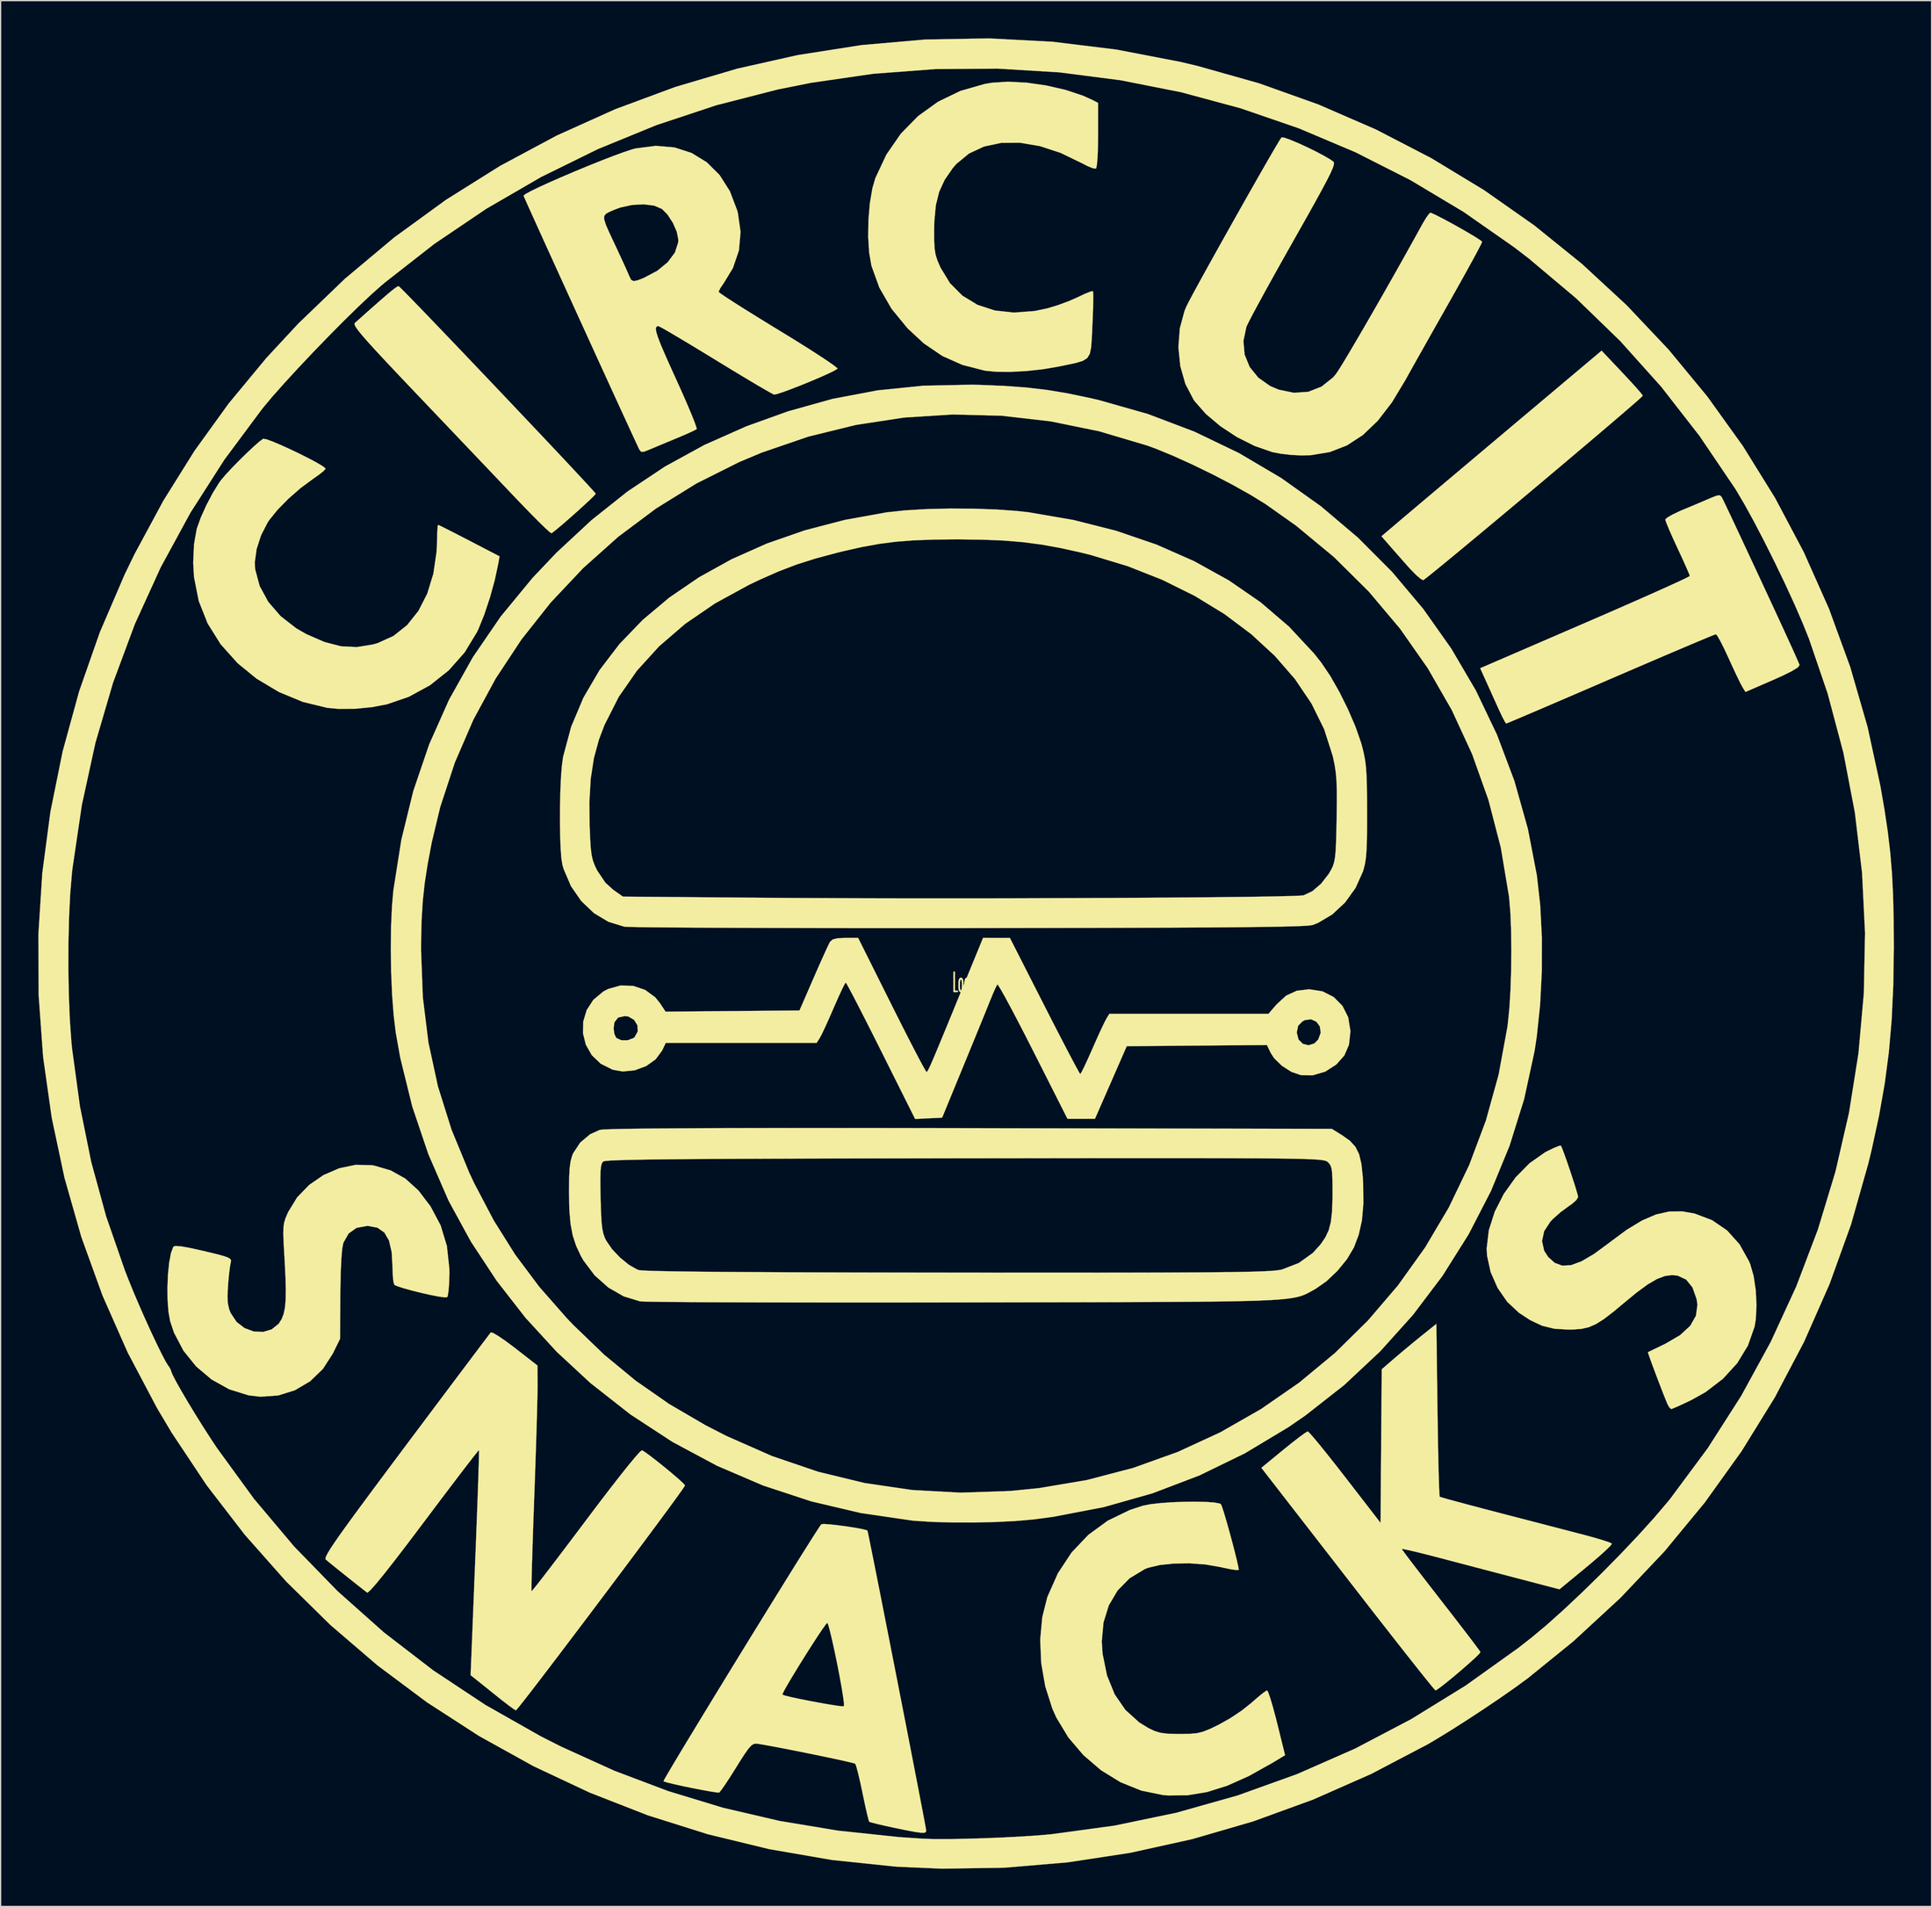
<source format=kicad_pcb>
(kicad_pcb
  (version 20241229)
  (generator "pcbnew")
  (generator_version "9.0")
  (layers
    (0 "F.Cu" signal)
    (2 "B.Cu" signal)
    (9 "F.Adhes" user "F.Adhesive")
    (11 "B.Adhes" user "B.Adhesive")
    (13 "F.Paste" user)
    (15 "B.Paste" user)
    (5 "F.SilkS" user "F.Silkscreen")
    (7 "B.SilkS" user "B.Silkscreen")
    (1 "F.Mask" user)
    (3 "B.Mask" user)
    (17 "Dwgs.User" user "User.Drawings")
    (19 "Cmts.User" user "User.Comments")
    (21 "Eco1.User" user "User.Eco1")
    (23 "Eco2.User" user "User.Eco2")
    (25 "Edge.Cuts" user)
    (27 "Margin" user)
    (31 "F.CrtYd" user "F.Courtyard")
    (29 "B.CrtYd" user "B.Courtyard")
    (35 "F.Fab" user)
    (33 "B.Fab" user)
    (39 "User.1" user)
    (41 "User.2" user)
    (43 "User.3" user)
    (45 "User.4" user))
  (footprint "Logo?!"
    (layer "F.Cu")
    (at 74.005 75.11)
    (property "Reference" "Logo?!" (at 0 0 0) (layer "F.SilkS") (effects (font (size 1.524 0.524) (thickness 0.3))))
    (attr through_hole)
    (fp_poly (pts (xy 51.993 -48.535) (xy 52.596 -47.889) (xy 53.1 -47.335) (xy 53.46 -46.922) (xy 53.629 -46.703) (xy 53.636 -46.685) (xy 53.506 -46.552) (xy 53.129 -46.214) (xy 52.535 -45.697) (xy 51.752 -45.023) (xy 50.807 -44.216) (xy 49.728 -43.299) (xy 48.543 -42.296) (xy 47.28 -41.229) (xy 45.967 -40.123) (xy 44.631 -39.001) (xy 43.301 -37.886) (xy 42.005 -36.802) (xy 40.77 -35.772) (xy 39.624 -34.819) (xy 38.595 -33.967) (xy 37.711 -33.24) (xy 37 -32.66) (xy 36.49 -32.251) (xy 36.209 -32.037) (xy 36.165 -32.011) (xy 35.96 -32.113) (xy 35.595 -32.427) (xy 35.137 -32.894) (xy 34.972 -33.077) (xy 34.422 -33.699) (xy 33.882 -34.312) (xy 33.458 -34.797) (xy 33.414 -34.847) (xy 32.843 -35.502) (xy 34.406 -36.829) (xy 34.849 -37.205) (xy 35.531 -37.781) (xy 36.42 -38.531) (xy 37.482 -39.427) (xy 38.684 -40.44) (xy 39.995 -41.544) (xy 41.38 -42.711) (xy 42.808 -43.913) (xy 43.162 -44.212) (xy 50.356 -50.266) (xy 51.993 -48.535)) (stroke (width 0.01) (type solid)) (fill yes) (layer "F.SilkS"))
    (fp_poly (pts (xy -45.334 -55.39) (xy -45.182 -55.252) (xy -44.814 -54.882) (xy -44.253 -54.308) (xy -43.525 -53.557) (xy -42.656 -52.653) (xy -41.671 -51.625) (xy -40.593 -50.498) (xy -39.45 -49.299) (xy -38.266 -48.054) (xy -37.065 -46.79) (xy -35.874 -45.533) (xy -34.716 -44.31) (xy -33.618 -43.148) (xy -32.605 -42.072) (xy -31.701 -41.109) (xy -30.932 -40.285) (xy -30.323 -39.628) (xy -29.898 -39.163) (xy -29.684 -38.917) (xy -29.663 -38.886) (xy -29.788 -38.733) (xy -30.123 -38.405) (xy -30.606 -37.956) (xy -31.176 -37.439) (xy -31.773 -36.91) (xy -32.334 -36.422) (xy -32.801 -36.031) (xy -33.11 -35.79) (xy -33.19 -35.742) (xy -33.347 -35.852) (xy -33.71 -36.184) (xy -34.243 -36.704) (xy -34.908 -37.376) (xy -35.671 -38.163) (xy -36.07 -38.581) (xy -36.825 -39.376) (xy -37.778 -40.379) (xy -38.883 -41.54) (xy -40.092 -42.81) (xy -41.357 -44.14) (xy -42.633 -45.48) (xy -43.872 -46.781) (xy -43.944 -46.856) (xy -45.225 -48.204) (xy -46.278 -49.32) (xy -47.12 -50.225) (xy -47.772 -50.942) (xy -48.252 -51.491) (xy -48.58 -51.896) (xy -48.774 -52.177) (xy -48.853 -52.357) (xy -48.837 -52.457) (xy -48.828 -52.466) (xy -47.774 -53.406) (xy -46.954 -54.13) (xy -46.338 -54.665) (xy -45.897 -55.034) (xy -45.603 -55.262) (xy -45.425 -55.373) (xy -45.336 -55.391) (xy -45.334 -55.39)) (stroke (width 0.01) (type solid)) (fill yes) (layer "F.SilkS"))
    (fp_poly (pts (xy 59.91 -38.622) (xy 60.028 -38.387) (xy 60.268 -37.886) (xy 60.606 -37.174) (xy 61.013 -36.309) (xy 61.441 -35.394) (xy 62.524 -33.073) (xy 63.458 -31.067) (xy 64.246 -29.368) (xy 64.89 -27.971) (xy 65.395 -26.869) (xy 65.763 -26.055) (xy 65.998 -25.522) (xy 66.101 -25.265) (xy 66.105 -25.25) (xy 65.969 -25.069) (xy 65.505 -24.782) (xy 64.722 -24.394) (xy 63.984 -24.064) (xy 61.804 -23.117) (xy 61.561 -23.504) (xy 61.394 -23.816) (xy 61.122 -24.373) (xy 60.785 -25.09) (xy 60.462 -25.8) (xy 60.115 -26.545) (xy 59.807 -27.155) (xy 59.574 -27.564) (xy 59.449 -27.709) (xy 59.26 -27.641) (xy 58.777 -27.444) (xy 58.031 -27.133) (xy 57.054 -26.72) (xy 55.876 -26.22) (xy 54.53 -25.645) (xy 53.047 -25.008) (xy 51.459 -24.324) (xy 51.071 -24.157) (xy 49.465 -23.463) (xy 47.959 -22.815) (xy 46.585 -22.225) (xy 45.374 -21.705) (xy 44.356 -21.271) (xy 43.564 -20.934) (xy 43.028 -20.709) (xy 42.779 -20.608) (xy 42.765 -20.604) (xy 42.658 -20.754) (xy 42.451 -21.149) (xy 42.186 -21.709) (xy 42.143 -21.803) (xy 41.79 -22.585) (xy 41.417 -23.413) (xy 41.15 -24.004) (xy 40.697 -25.005) (xy 49.035 -28.608) (xy 50.65 -29.308) (xy 52.162 -29.969) (xy 53.541 -30.576) (xy 54.755 -31.116) (xy 55.775 -31.575) (xy 56.568 -31.939) (xy 57.106 -32.195) (xy 57.357 -32.329) (xy 57.372 -32.343) (xy 57.3 -32.546) (xy 57.104 -33.004) (xy 56.813 -33.653) (xy 56.454 -34.429) (xy 56.395 -34.555) (xy 56.028 -35.352) (xy 55.724 -36.04) (xy 55.513 -36.551) (xy 55.422 -36.82) (xy 55.42 -36.834) (xy 55.575 -36.987) (xy 55.986 -37.225) (xy 56.58 -37.507) (xy 56.886 -37.638) (xy 57.65 -37.956) (xy 58.381 -38.264) (xy 58.95 -38.508) (xy 59.059 -38.557) (xy 59.521 -38.738) (xy 59.771 -38.757) (xy 59.91 -38.622)) (stroke (width 0.01) (type solid)) (fill yes) (layer "F.SilkS"))
    (fp_poly (pts (xy 18.868 41.31) (xy 19.54 41.359) (xy 19.97 41.439) (xy 20.072 41.493) (xy 20.162 41.704) (xy 20.317 42.183) (xy 20.516 42.857) (xy 20.739 43.648) (xy 20.965 44.482) (xy 21.174 45.283) (xy 21.345 45.976) (xy 21.458 46.484) (xy 21.492 46.719) (xy 21.333 46.737) (xy 20.909 46.679) (xy 20.299 46.557) (xy 20.027 46.495) (xy 18.857 46.291) (xy 17.598 46.198) (xy 16.349 46.213) (xy 15.209 46.332) (xy 14.276 46.554) (xy 14.01 46.658) (xy 12.812 47.385) (xy 11.856 48.353) (xy 11.157 49.534) (xy 10.732 50.896) (xy 10.594 52.408) (xy 10.658 53.394) (xy 11.011 55.122) (xy 11.618 56.613) (xy 12.474 57.86) (xy 13.575 58.854) (xy 14.299 59.299) (xy 14.788 59.533) (xy 15.248 59.675) (xy 15.796 59.746) (xy 16.551 59.769) (xy 16.799 59.77) (xy 17.583 59.76) (xy 18.159 59.71) (xy 18.659 59.588) (xy 19.217 59.362) (xy 19.907 59.028) (xy 20.828 58.511) (xy 21.754 57.891) (xy 22.497 57.296) (xy 23.018 56.841) (xy 23.445 56.496) (xy 23.708 56.318) (xy 23.745 56.306) (xy 23.84 56.469) (xy 23.997 56.918) (xy 24.198 57.593) (xy 24.424 58.433) (xy 24.538 58.883) (xy 25.176 61.46) (xy 24.178 62.064) (xy 22.298 63.116) (xy 20.573 63.888) (xy 18.958 64.394) (xy 17.407 64.649) (xy 15.874 64.664) (xy 15.453 64.629) (xy 13.738 64.278) (xy 12.082 63.609) (xy 10.533 62.656) (xy 9.135 61.457) (xy 7.934 60.048) (xy 6.978 58.463) (xy 6.659 57.75) (xy 6.099 55.992) (xy 5.776 54.136) (xy 5.696 52.269) (xy 5.86 50.478) (xy 6.265 48.876) (xy 7.103 46.987) (xy 8.193 45.336) (xy 9.521 43.936) (xy 11.07 42.804) (xy 12.825 41.953) (xy 13.867 41.613) (xy 14.447 41.498) (xy 15.227 41.408) (xy 16.132 41.342) (xy 17.09 41.303) (xy 18.027 41.292) (xy 18.868 41.31)) (stroke (width 0.01) (type solid)) (fill yes) (layer "F.SilkS"))
    (fp_poly (pts (xy 4.608 -71.586) (xy 6.172 -71.362) (xy 7.701 -71.012) (xy 9.081 -70.555) (xy 9.814 -70.225) (xy 10.302 -69.974) (xy 10.302 -67.414) (xy 10.291 -66.47) (xy 10.26 -65.675) (xy 10.212 -65.091) (xy 10.153 -64.78) (xy 10.132 -64.748) (xy 9.899 -64.773) (xy 9.465 -64.945) (xy 9.022 -65.173) (xy 7.326 -65.995) (xy 5.669 -66.538) (xy 4.08 -66.804) (xy 2.591 -66.793) (xy 1.231 -66.506) (xy 0.029 -65.946) (xy -0.983 -65.112) (xy -1.261 -64.788) (xy -1.902 -63.857) (xy -2.342 -62.902) (xy -2.607 -61.831) (xy -2.726 -60.551) (xy -2.74 -59.948) (xy -2.738 -59.055) (xy -2.707 -58.412) (xy -2.63 -57.916) (xy -2.49 -57.463) (xy -2.269 -56.947) (xy -2.237 -56.876) (xy -1.48 -55.631) (xy -0.492 -54.64) (xy 0.702 -53.914) (xy 2.077 -53.462) (xy 3.606 -53.295) (xy 5.263 -53.422) (xy 6.258 -53.63) (xy 7.111 -53.888) (xy 8.012 -54.222) (xy 8.703 -54.53) (xy 9.261 -54.794) (xy 9.685 -54.963) (xy 9.889 -55.002) (xy 9.892 -55) (xy 9.914 -54.801) (xy 9.917 -54.312) (xy 9.901 -53.599) (xy 9.868 -52.724) (xy 9.849 -52.31) (xy 9.802 -51.27) (xy 9.748 -50.523) (xy 9.641 -50.01) (xy 9.432 -49.672) (xy 9.073 -49.45) (xy 8.517 -49.284) (xy 7.717 -49.115) (xy 7.194 -49.007) (xy 5.958 -48.795) (xy 4.645 -48.649) (xy 3.359 -48.577) (xy 2.206 -48.584) (xy 1.29 -48.675) (xy 1.287 -48.676) (xy -0.496 -49.133) (xy -2.094 -49.845) (xy -3.567 -50.846) (xy -4.857 -52.043) (xy -6.135 -53.605) (xy -7.1 -55.277) (xy -7.729 -57.017) (xy -7.911 -58.062) (xy -7.989 -59.314) (xy -7.969 -60.658) (xy -7.857 -61.982) (xy -7.657 -63.169) (xy -7.422 -63.987) (xy -6.539 -65.865) (xy -5.397 -67.518) (xy -4.018 -68.926) (xy -2.427 -70.07) (xy -0.649 -70.929) (xy 1.293 -71.484) (xy 1.824 -71.576) (xy 3.121 -71.663) (xy 4.608 -71.586)) (stroke (width 0.01) (type solid)) (fill yes) (layer "F.SilkS"))
    (fp_poly (pts (xy -55.859 -43.215) (xy -55.376 -43.041) (xy -54.727 -42.767) (xy -53.979 -42.428) (xy -53.202 -42.056) (xy -52.463 -41.684) (xy -51.831 -41.345) (xy -51.374 -41.072) (xy -51.162 -40.898) (xy -51.155 -40.877) (xy -51.293 -40.71) (xy -51.653 -40.417) (xy -52.16 -40.059) (xy -52.177 -40.048) (xy -53.151 -39.328) (xy -54.115 -38.484) (xy -54.975 -37.607) (xy -55.638 -36.787) (xy -55.756 -36.61) (xy -56.286 -35.582) (xy -56.64 -34.485) (xy -56.785 -33.439) (xy -56.759 -32.887) (xy -56.397 -31.54) (xy -55.712 -30.282) (xy -54.733 -29.15) (xy -53.49 -28.18) (xy -52.682 -27.718) (xy -51.241 -27.09) (xy -49.924 -26.749) (xy -48.661 -26.688) (xy -47.38 -26.897) (xy -47.01 -27.003) (xy -45.756 -27.57) (xy -44.671 -28.432) (xy -43.77 -29.561) (xy -43.068 -30.933) (xy -42.58 -32.521) (xy -42.32 -34.299) (xy -42.28 -35.302) (xy -42.268 -35.878) (xy -42.24 -36.279) (xy -42.208 -36.413) (xy -42.036 -36.335) (xy -41.605 -36.121) (xy -40.971 -35.799) (xy -40.189 -35.397) (xy -39.728 -35.159) (xy -37.314 -33.905) (xy -37.413 -33.338) (xy -37.694 -32.022) (xy -38.079 -30.625) (xy -38.526 -29.281) (xy -38.993 -28.125) (xy -39.105 -27.887) (xy -40.093 -26.26) (xy -41.353 -24.838) (xy -42.845 -23.652) (xy -44.533 -22.732) (xy -46.271 -22.136) (xy -47.48 -21.906) (xy -48.805 -21.78) (xy -50.087 -21.768) (xy -51.021 -21.852) (xy -52.969 -22.327) (xy -54.872 -23.116) (xy -56.653 -24.181) (xy -58.148 -25.401) (xy -59.505 -26.916) (xy -60.54 -28.574) (xy -61.247 -30.361) (xy -61.622 -32.264) (xy -61.685 -33.393) (xy -61.621 -34.855) (xy -61.414 -36.042) (xy -61.385 -36.146) (xy -61.079 -36.996) (xy -60.639 -37.972) (xy -60.133 -38.936) (xy -59.633 -39.745) (xy -59.477 -39.961) (xy -59.123 -40.38) (xy -58.626 -40.916) (xy -58.047 -41.509) (xy -57.447 -42.099) (xy -56.889 -42.624) (xy -56.435 -43.024) (xy -56.145 -43.24) (xy -56.106 -43.258) (xy -55.859 -43.215)) (stroke (width 0.01) (type solid)) (fill yes) (layer "F.SilkS"))
    (fp_poly (pts (xy 47.219 13.192) (xy 47.398 13.668) (xy 47.626 14.312) (xy 47.873 15.039) (xy 48.112 15.764) (xy 48.313 16.401) (xy 48.449 16.866) (xy 48.491 17.063) (xy 48.351 17.296) (xy 47.993 17.614) (xy 47.705 17.814) (xy 47.09 18.266) (xy 46.476 18.814) (xy 46.284 19.014) (xy 45.784 19.778) (xy 45.618 20.566) (xy 45.787 21.333) (xy 46.104 21.828) (xy 46.631 22.299) (xy 47.231 22.518) (xy 47.93 22.478) (xy 48.757 22.173) (xy 49.74 21.597) (xy 50.905 20.742) (xy 50.978 20.684) (xy 52.351 19.667) (xy 53.571 18.927) (xy 54.686 18.447) (xy 55.743 18.211) (xy 56.791 18.203) (xy 57.755 18.374) (xy 59.148 18.902) (xy 60.344 19.721) (xy 61.33 20.82) (xy 62.092 22.187) (xy 62.18 22.399) (xy 62.449 23.336) (xy 62.62 24.475) (xy 62.681 25.674) (xy 62.623 26.791) (xy 62.525 27.375) (xy 61.996 28.878) (xy 61.15 30.269) (xy 60.014 31.515) (xy 58.618 32.583) (xy 57.49 33.211) (xy 56.83 33.525) (xy 56.294 33.768) (xy 55.958 33.907) (xy 55.89 33.926) (xy 55.734 33.783) (xy 55.594 33.526) (xy 55.404 33.064) (xy 55.157 32.437) (xy 54.881 31.721) (xy 54.605 30.99) (xy 54.356 30.321) (xy 54.164 29.786) (xy 54.056 29.463) (xy 54.043 29.401) (xy 54.211 29.319) (xy 54.623 29.12) (xy 55.201 28.839) (xy 55.45 28.719) (xy 56.601 28.045) (xy 57.405 27.306) (xy 57.863 26.499) (xy 57.979 25.621) (xy 57.916 25.183) (xy 57.586 24.251) (xy 57.084 23.629) (xy 56.408 23.313) (xy 55.968 23.269) (xy 55.393 23.342) (xy 54.761 23.581) (xy 54.027 24.01) (xy 53.144 24.657) (xy 52.221 25.416) (xy 51.281 26.199) (xy 50.533 26.772) (xy 49.909 27.165) (xy 49.343 27.413) (xy 48.766 27.547) (xy 48.113 27.599) (xy 47.692 27.605) (xy 46.585 27.536) (xy 45.621 27.299) (xy 44.677 26.854) (xy 43.782 26.268) (xy 42.846 25.395) (xy 42.079 24.284) (xy 41.529 23.029) (xy 41.243 21.725) (xy 41.213 21.149) (xy 41.384 19.702) (xy 41.854 18.231) (xy 42.579 16.806) (xy 43.515 15.498) (xy 44.618 14.376) (xy 45.845 13.511) (xy 46.038 13.407) (xy 46.567 13.152) (xy 46.957 12.995) (xy 47.117 12.971) (xy 47.219 13.192)) (stroke (width 0.01) (type solid)) (fill yes) (layer "F.SilkS"))
    (fp_poly (pts (xy 37.301 33.987) (xy 37.323 35.51) (xy 37.347 36.919) (xy 37.373 38.174) (xy 37.4 39.238) (xy 37.427 40.071) (xy 37.452 40.634) (xy 37.474 40.889) (xy 37.478 40.9) (xy 37.667 40.963) (xy 38.154 41.102) (xy 38.895 41.304) (xy 39.842 41.558) (xy 40.951 41.852) (xy 42.176 42.171) (xy 42.185 42.174) (xy 43.556 42.53) (xy 44.944 42.89) (xy 46.272 43.235) (xy 47.463 43.544) (xy 48.441 43.799) (xy 48.958 43.933) (xy 49.782 44.157) (xy 50.472 44.362) (xy 50.959 44.526) (xy 51.175 44.629) (xy 51.179 44.635) (xy 51.071 44.79) (xy 50.733 45.125) (xy 50.208 45.6) (xy 49.542 46.172) (xy 49.124 46.52) (xy 47.005 48.265) (xy 43.707 47.402) (xy 42.388 47.057) (xy 40.917 46.671) (xy 39.434 46.281) (xy 38.077 45.925) (xy 37.434 45.755) (xy 36.467 45.505) (xy 35.631 45.298) (xy 34.982 45.146) (xy 34.574 45.062) (xy 34.459 45.055) (xy 34.564 45.211) (xy 34.86 45.611) (xy 35.321 46.218) (xy 35.918 46.997) (xy 36.624 47.911) (xy 37.411 48.925) (xy 37.568 49.126) (xy 38.371 50.159) (xy 39.099 51.102) (xy 39.726 51.919) (xy 40.223 52.574) (xy 40.562 53.029) (xy 40.715 53.248) (xy 40.721 53.259) (xy 40.608 53.412) (xy 40.279 53.733) (xy 39.796 54.171) (xy 39.221 54.673) (xy 38.616 55.185) (xy 38.043 55.656) (xy 37.563 56.032) (xy 37.239 56.261) (xy 37.142 56.306) (xy 37.014 56.17) (xy 36.689 55.779) (xy 36.189 55.158) (xy 35.534 54.335) (xy 34.744 53.335) (xy 33.84 52.184) (xy 32.842 50.909) (xy 31.773 49.535) (xy 31.346 48.986) (xy 30.208 47.519) (xy 29.1 46.09) (xy 28.046 44.732) (xy 27.075 43.48) (xy 26.211 42.366) (xy 25.481 41.426) (xy 24.912 40.692) (xy 24.529 40.198) (xy 24.478 40.132) (xy 23.289 38.6) (xy 25.053 37.151) (xy 25.729 36.606) (xy 26.312 36.155) (xy 26.744 35.84) (xy 26.97 35.704) (xy 26.982 35.702) (xy 27.131 35.837) (xy 27.464 36.217) (xy 27.953 36.805) (xy 28.565 37.564) (xy 29.271 38.456) (xy 29.959 39.34) (xy 32.771 42.978) (xy 32.818 36.869) (xy 32.865 30.76) (xy 33.884 29.88) (xy 34.557 29.309) (xy 35.339 28.659) (xy 36.057 28.075) (xy 37.212 27.151) (xy 37.301 33.987)) (stroke (width 0.01) (type solid)) (fill yes) (layer "F.SilkS"))
    (fp_poly (pts (xy -47.442 14.531) (xy -47.289 14.557) (xy -45.969 14.945) (xy -44.811 15.593) (xy -43.772 16.533) (xy -42.81 17.793) (xy -42.002 19.313) (xy -41.505 20.947) (xy -41.309 22.74) (xy -41.304 23.133) (xy -41.324 23.892) (xy -41.371 24.519) (xy -41.437 24.928) (xy -41.482 25.031) (xy -41.696 25.042) (xy -42.168 24.975) (xy -42.814 24.849) (xy -43.549 24.684) (xy -44.291 24.499) (xy -44.954 24.315) (xy -45.456 24.15) (xy -45.677 24.051) (xy -45.75 23.84) (xy -45.804 23.371) (xy -45.827 22.743) (xy -45.828 22.681) (xy -45.896 21.448) (xy -46.108 20.524) (xy -46.479 19.883) (xy -47.022 19.504) (xy -47.752 19.363) (xy -47.869 19.361) (xy -48.692 19.512) (xy -49.318 19.958) (xy -49.731 20.685) (xy -49.746 20.727) (xy -49.831 21.18) (xy -49.898 21.954) (xy -49.948 23.015) (xy -49.976 24.329) (xy -49.98 24.857) (xy -50.001 28.337) (xy -50.584 29.524) (xy -51.373 30.744) (xy -52.391 31.721) (xy -53.592 32.429) (xy -54.927 32.846) (xy -56.348 32.946) (xy -57.281 32.834) (xy -58.814 32.358) (xy -60.219 31.578) (xy -61.45 30.537) (xy -62.465 29.277) (xy -63.218 27.839) (xy -63.519 26.936) (xy -63.653 26.19) (xy -63.724 25.261) (xy -63.735 24.241) (xy -63.692 23.217) (xy -63.597 22.278) (xy -63.453 21.514) (xy -63.266 21.013) (xy -63.265 21.01) (xy -63.078 20.951) (xy -62.632 20.985) (xy -61.899 21.118) (xy -60.863 21.349) (xy -59.939 21.571) (xy -59.309 21.737) (xy -58.923 21.87) (xy -58.728 21.991) (xy -58.672 22.122) (xy -58.698 22.267) (xy -58.763 22.618) (xy -58.836 23.211) (xy -58.902 23.932) (xy -58.916 24.116) (xy -58.956 24.937) (xy -58.928 25.523) (xy -58.822 25.991) (xy -58.701 26.295) (xy -58.232 26.997) (xy -57.599 27.486) (xy -56.875 27.753) (xy -56.133 27.79) (xy -55.446 27.589) (xy -54.885 27.142) (xy -54.645 26.762) (xy -54.493 26.365) (xy -54.39 25.884) (xy -54.332 25.266) (xy -54.318 24.461) (xy -54.346 23.417) (xy -54.413 22.082) (xy -54.432 21.743) (xy -54.489 20.75) (xy -54.517 20.034) (xy -54.509 19.519) (xy -54.458 19.128) (xy -54.358 18.785) (xy -54.202 18.411) (xy -54.126 18.244) (xy -53.418 17.087) (xy -52.462 16.099) (xy -51.322 15.314) (xy -50.063 14.769) (xy -48.748 14.496) (xy -47.442 14.531)) (stroke (width 0.01) (type solid)) (fill yes) (layer "F.SilkS"))
    (fp_poly (pts (xy 25.095 -67.212) (xy 25.538 -67.061) (xy 26.146 -66.809) (xy 26.847 -66.491) (xy 27.567 -66.14) (xy 28.232 -65.79) (xy 28.769 -65.477) (xy 29.014 -65.309) (xy 29.065 -65.223) (xy 29.056 -65.062) (xy 28.973 -64.799) (xy 28.801 -64.406) (xy 28.526 -63.854) (xy 28.135 -63.117) (xy 27.613 -62.164) (xy 26.946 -60.97) (xy 26.119 -59.505) (xy 25.817 -58.971) (xy 25.042 -57.596) (xy 24.315 -56.295) (xy 23.655 -55.103) (xy 23.085 -54.06) (xy 22.624 -53.203) (xy 22.294 -52.57) (xy 22.114 -52.199) (xy 22.096 -52.154) (xy 21.862 -51.031) (xy 21.958 -49.952) (xy 22.361 -48.965) (xy 23.047 -48.116) (xy 23.991 -47.452) (xy 24.667 -47.164) (xy 25.88 -46.914) (xy 27.029 -46.997) (xy 28.074 -47.405) (xy 28.979 -48.125) (xy 29.196 -48.374) (xy 29.411 -48.687) (xy 29.776 -49.273) (xy 30.269 -50.092) (xy 30.868 -51.108) (xy 31.552 -52.281) (xy 32.298 -53.574) (xy 33.083 -54.947) (xy 33.887 -56.364) (xy 34.686 -57.786) (xy 35.46 -59.174) (xy 36.111 -60.356) (xy 36.402 -60.844) (xy 36.639 -61.164) (xy 36.756 -61.244) (xy 37.197 -61.04) (xy 37.797 -60.733) (xy 38.486 -60.361) (xy 39.196 -59.965) (xy 39.856 -59.583) (xy 40.398 -59.255) (xy 40.752 -59.02) (xy 40.853 -58.924) (xy 40.769 -58.73) (xy 40.529 -58.267) (xy 40.155 -57.571) (xy 39.667 -56.683) (xy 39.088 -55.64) (xy 38.437 -54.481) (xy 38.074 -53.839) (xy 37.365 -52.586) (xy 36.688 -51.388) (xy 36.07 -50.292) (xy 35.537 -49.344) (xy 35.116 -48.592) (xy 34.833 -48.083) (xy 34.765 -47.958) (xy 33.679 -46.155) (xy 32.552 -44.692) (xy 31.365 -43.555) (xy 30.097 -42.729) (xy 28.729 -42.2) (xy 27.241 -41.953) (xy 26.491 -41.931) (xy 25.658 -41.973) (xy 24.806 -42.072) (xy 24.157 -42.198) (xy 22.752 -42.686) (xy 21.345 -43.393) (xy 20.023 -44.263) (xy 18.871 -45.235) (xy 17.978 -46.253) (xy 17.899 -46.366) (xy 17.245 -47.617) (xy 16.84 -49.04) (xy 16.69 -50.544) (xy 16.802 -52.042) (xy 17.182 -53.445) (xy 17.344 -53.823) (xy 17.539 -54.207) (xy 17.876 -54.837) (xy 18.331 -55.672) (xy 18.882 -56.674) (xy 19.508 -57.801) (xy 20.185 -59.015) (xy 20.892 -60.274) (xy 21.604 -61.541) (xy 22.301 -62.773) (xy 22.96 -63.932) (xy 23.558 -64.978) (xy 24.073 -65.871) (xy 24.482 -66.57) (xy 24.763 -67.037) (xy 24.891 -67.228) (xy 25.095 -67.212)) (stroke (width 0.01) (type solid)) (fill yes) (layer "F.SilkS"))
    (fp_poly (pts (xy -37.826 27.874) (xy -37.425 28.107) (xy -36.861 28.492) (xy -36.191 28.99) (xy -36.087 29.07) (xy -34.299 30.462) (xy -34.29 32.004) (xy -34.295 32.52) (xy -34.312 33.344) (xy -34.34 34.428) (xy -34.378 35.723) (xy -34.424 37.182) (xy -34.477 38.758) (xy -34.535 40.402) (xy -34.555 40.951) (xy -34.613 42.537) (xy -34.663 44.008) (xy -34.705 45.33) (xy -34.739 46.464) (xy -34.762 47.373) (xy -34.774 48.019) (xy -34.774 48.367) (xy -34.77 48.417) (xy -34.654 48.293) (xy -34.349 47.914) (xy -33.877 47.309) (xy -33.262 46.509) (xy -32.526 45.544) (xy -31.692 44.442) (xy -30.782 43.234) (xy -30.455 42.798) (xy -29.43 41.438) (xy -28.503 40.227) (xy -27.692 39.187) (xy -27.017 38.342) (xy -26.494 37.714) (xy -26.144 37.326) (xy -25.984 37.202) (xy -25.982 37.202) (xy -25.734 37.354) (xy -25.303 37.67) (xy -24.754 38.095) (xy -24.155 38.577) (xy -23.569 39.062) (xy -23.065 39.496) (xy -22.706 39.825) (xy -22.559 39.995) (xy -22.558 40) (xy -22.662 40.169) (xy -22.957 40.591) (xy -23.423 41.236) (xy -24.037 42.074) (xy -24.777 43.076) (xy -25.621 44.212) (xy -26.546 45.454) (xy -27.531 46.772) (xy -28.554 48.136) (xy -29.593 49.518) (xy -30.625 50.887) (xy -31.629 52.215) (xy -32.581 53.472) (xy -33.461 54.629) (xy -34.247 55.656) (xy -34.915 56.524) (xy -35.444 57.204) (xy -35.813 57.666) (xy -35.998 57.881) (xy -36.014 57.893) (xy -36.201 57.783) (xy -36.595 57.497) (xy -37.13 57.085) (xy -37.478 56.808) (xy -38.107 56.302) (xy -38.673 55.848) (xy -39.091 55.513) (xy -39.214 55.415) (xy -39.617 55.095) (xy -39.258 46.169) (xy -39.188 44.424) (xy -39.126 42.791) (xy -39.07 41.301) (xy -39.024 39.99) (xy -38.987 38.891) (xy -38.962 38.037) (xy -38.949 37.463) (xy -38.949 37.202) (xy -38.951 37.19) (xy -39.065 37.316) (xy -39.369 37.697) (xy -39.84 38.303) (xy -40.455 39.106) (xy -41.192 40.075) (xy -42.029 41.181) (xy -42.941 42.394) (xy -43.326 42.906) (xy -44.573 44.56) (xy -45.62 45.928) (xy -46.469 47.009) (xy -47.116 47.802) (xy -47.563 48.306) (xy -47.807 48.521) (xy -47.848 48.525) (xy -48.167 48.28) (xy -48.659 47.892) (xy -49.25 47.423) (xy -49.867 46.931) (xy -50.435 46.474) (xy -50.88 46.113) (xy -51.128 45.906) (xy -51.14 45.896) (xy -51.165 45.812) (xy -51.12 45.652) (xy -50.99 45.394) (xy -50.762 45.018) (xy -50.42 44.506) (xy -49.953 43.836) (xy -49.344 42.989) (xy -48.581 41.946) (xy -47.65 40.685) (xy -46.536 39.188) (xy -45.226 37.434) (xy -44.767 36.821) (xy -43.597 35.259) (xy -42.488 33.78) (xy -41.46 32.409) (xy -40.53 31.171) (xy -39.718 30.09) (xy -39.042 29.191) (xy -38.52 28.499) (xy -38.171 28.038) (xy -38.014 27.834) (xy -38.009 27.827) (xy -37.826 27.874)) (stroke (width 0.01) (type solid)) (fill yes) (layer "F.SilkS"))
    (fp_poly (pts (xy -11.044 43.099) (xy -10.416 43.167) (xy -9.716 43.26) (xy -9.037 43.366) (xy -8.471 43.47) (xy -8.112 43.562) (xy -8.05 43.59) (xy -8.009 43.764) (xy -7.907 44.252) (xy -7.752 45.02) (xy -7.549 46.033) (xy -7.305 47.257) (xy -7.027 48.657) (xy -6.723 50.199) (xy -6.398 51.848) (xy -6.06 53.57) (xy -5.714 55.33) (xy -5.369 57.094) (xy -5.03 58.827) (xy -4.705 60.495) (xy -4.401 62.063) (xy -4.123 63.497) (xy -3.879 64.762) (xy -3.675 65.824) (xy -3.519 66.648) (xy -3.417 67.2) (xy -3.375 67.445) (xy -3.375 67.452) (xy -3.403 67.57) (xy -3.523 67.631) (xy -3.785 67.632) (xy -4.241 67.569) (xy -4.942 67.437) (xy -5.911 67.237) (xy -6.691 67.068) (xy -7.333 66.918) (xy -7.764 66.805) (xy -7.908 66.753) (xy -7.972 66.557) (xy -8.09 66.081) (xy -8.244 65.395) (xy -8.419 64.568) (xy -8.439 64.469) (xy -8.618 63.625) (xy -8.786 62.909) (xy -8.923 62.393) (xy -9.012 62.148) (xy -9.017 62.142) (xy -9.213 62.079) (xy -9.698 61.963) (xy -10.41 61.805) (xy -11.289 61.617) (xy -12.275 61.413) (xy -13.306 61.204) (xy -14.323 61.002) (xy -15.264 60.821) (xy -16.07 60.672) (xy -16.678 60.567) (xy -16.859 60.54) (xy -17.058 60.549) (xy -17.262 60.665) (xy -17.509 60.933) (xy -17.841 61.401) (xy -18.296 62.114) (xy -18.492 62.431) (xy -18.955 63.167) (xy -19.36 63.784) (xy -19.667 64.223) (xy -19.835 64.425) (xy -19.846 64.432) (xy -20.075 64.418) (xy -20.565 64.343) (xy -21.23 64.223) (xy -21.987 64.075) (xy -22.751 63.917) (xy -23.439 63.764) (xy -23.967 63.635) (xy -24.249 63.547) (xy -24.272 63.533) (xy -24.195 63.374) (xy -23.948 62.943) (xy -23.552 62.27) (xy -23.023 61.387) (xy -22.381 60.322) (xy -21.643 59.106) (xy -20.83 57.769) (xy -20.142 56.642) (xy -14.813 56.642) (xy -14.609 56.717) (xy -14.138 56.834) (xy -13.477 56.977) (xy -12.704 57.131) (xy -11.899 57.283) (xy -11.14 57.416) (xy -10.503 57.517) (xy -10.069 57.57) (xy -9.917 57.567) (xy -9.913 57.368) (xy -9.973 56.877) (xy -10.088 56.151) (xy -10.25 55.246) (xy -10.449 54.218) (xy -10.45 54.215) (xy -10.662 53.191) (xy -10.859 52.296) (xy -11.03 51.583) (xy -11.159 51.11) (xy -11.235 50.93) (xy -11.235 50.929) (xy -11.361 51.06) (xy -11.634 51.439) (xy -12.017 52.009) (xy -12.474 52.714) (xy -12.972 53.496) (xy -13.472 54.298) (xy -13.941 55.065) (xy -14.342 55.738) (xy -14.64 56.261) (xy -14.799 56.576) (xy -14.813 56.642) (xy -20.142 56.642) (xy -19.958 56.341) (xy -19.047 54.852) (xy -18.115 53.333) (xy -17.18 51.813) (xy -16.261 50.323) (xy -15.377 48.892) (xy -14.546 47.552) (xy -13.787 46.331) (xy -13.117 45.261) (xy -12.556 44.371) (xy -12.122 43.691) (xy -11.834 43.252) (xy -11.715 43.089) (xy -11.508 43.069) (xy -11.044 43.099)) (stroke (width 0.01) (type solid)) (fill yes) (layer "F.SilkS"))
    (fp_poly (pts (xy -23.4 -66.433) (xy -22.039 -65.993) (xy -20.833 -65.255) (xy -19.808 -64.236) (xy -18.991 -62.951) (xy -18.407 -61.418) (xy -18.358 -61.235) (xy -18.14 -59.713) (xy -18.271 -58.241) (xy -18.749 -56.838) (xy -19.47 -55.652) (xy -19.738 -55.258) (xy -19.879 -54.981) (xy -19.886 -54.942) (xy -19.737 -54.817) (xy -19.321 -54.533) (xy -18.673 -54.112) (xy -17.83 -53.578) (xy -16.827 -52.954) (xy -15.703 -52.262) (xy -15.081 -51.883) (xy -13.914 -51.168) (xy -12.859 -50.508) (xy -11.95 -49.926) (xy -11.222 -49.444) (xy -10.711 -49.087) (xy -10.45 -48.876) (xy -10.427 -48.832) (xy -10.681 -48.674) (xy -11.184 -48.43) (xy -11.86 -48.128) (xy -12.638 -47.798) (xy -13.444 -47.471) (xy -14.205 -47.176) (xy -14.848 -46.943) (xy -15.299 -46.801) (xy -15.476 -46.774) (xy -15.697 -46.883) (xy -16.179 -47.155) (xy -16.881 -47.565) (xy -17.762 -48.09) (xy -18.782 -48.705) (xy -19.899 -49.386) (xy -20.141 -49.534) (xy -21.266 -50.221) (xy -22.295 -50.843) (xy -23.189 -51.377) (xy -23.908 -51.8) (xy -24.413 -52.087) (xy -24.664 -52.216) (xy -24.682 -52.221) (xy -24.824 -52.182) (xy -24.883 -52.042) (xy -24.85 -51.767) (xy -24.713 -51.323) (xy -24.461 -50.677) (xy -24.081 -49.794) (xy -23.564 -48.641) (xy -23.279 -48.016) (xy -22.789 -46.93) (xy -22.362 -45.952) (xy -22.015 -45.127) (xy -21.769 -44.501) (xy -21.642 -44.121) (xy -21.633 -44.025) (xy -21.844 -43.909) (xy -22.303 -43.697) (xy -22.929 -43.425) (xy -23.269 -43.283) (xy -24.028 -42.968) (xy -24.742 -42.67) (xy -25.289 -42.441) (xy -25.42 -42.385) (xy -25.84 -42.223) (xy -26.059 -42.226) (xy -26.2 -42.411) (xy -26.245 -42.504) (xy -26.492 -43.034) (xy -26.852 -43.812) (xy -27.308 -44.805) (xy -27.847 -45.978) (xy -28.452 -47.298) (xy -29.108 -48.733) (xy -29.8 -50.247) (xy -30.512 -51.808) (xy -31.23 -53.381) (xy -31.938 -54.935) (xy -32.621 -56.434) (xy -33.263 -57.845) (xy -33.849 -59.135) (xy -34.363 -60.27) (xy -34.563 -60.712) (xy -28.992 -60.712) (xy -28.866 -60.304) (xy -28.604 -59.7) (xy -28.204 -58.844) (xy -28.032 -58.48) (xy -27.665 -57.691) (xy -27.342 -56.987) (xy -27.101 -56.449) (xy -26.984 -56.173) (xy -26.843 -55.894) (xy -26.647 -55.797) (xy -26.302 -55.871) (xy -25.846 -56.051) (xy -24.776 -56.615) (xy -23.937 -57.3) (xy -23.367 -58.065) (xy -23.104 -58.867) (xy -23.091 -59.09) (xy -23.213 -59.72) (xy -23.527 -60.437) (xy -23.958 -61.099) (xy -24.392 -61.536) (xy -25.007 -61.801) (xy -25.835 -61.907) (xy -26.771 -61.857) (xy -27.71 -61.652) (xy -28.202 -61.469) (xy -28.588 -61.301) (xy -28.85 -61.155) (xy -28.986 -60.977) (xy -28.992 -60.712) (xy -34.563 -60.712) (xy -34.791 -61.217) (xy -35.118 -61.942) (xy -35.327 -62.411) (xy -35.404 -62.592) (xy -35.404 -62.592) (xy -35.259 -62.72) (xy -34.834 -62.954) (xy -34.179 -63.272) (xy -33.346 -63.653) (xy -32.385 -64.075) (xy -31.348 -64.517) (xy -30.286 -64.957) (xy -29.249 -65.374) (xy -28.289 -65.745) (xy -27.457 -66.051) (xy -26.803 -66.268) (xy -26.487 -66.355) (xy -24.892 -66.559) (xy -23.4 -66.433)) (stroke (width 0.01) (type solid)) (fill yes) (layer "F.SilkS"))
    (fp_poly (pts (xy -6.128 1.776) (xy -5.492 3.043) (xy -4.904 4.202) (xy -4.383 5.216) (xy -3.948 6.049) (xy -3.617 6.664) (xy -3.411 7.024) (xy -3.351 7.105) (xy -3.313 7.091) (xy -3.263 7.031) (xy -3.186 6.894) (xy -3.07 6.651) (xy -2.902 6.273) (xy -2.671 5.73) (xy -2.363 4.993) (xy -1.966 4.033) (xy -1.466 2.821) (xy -0.853 1.325) (xy -0.436 0.311) (xy 1.148 -3.552) (xy 3.286 -3.55) (xy 6.039 1.862) (xy 6.69 3.137) (xy 7.291 4.304) (xy 7.823 5.329) (xy 8.268 6.175) (xy 8.605 6.805) (xy 8.816 7.182) (xy 8.882 7.279) (xy 8.982 7.127) (xy 9.192 6.711) (xy 9.48 6.093) (xy 9.818 5.335) (xy 9.84 5.284) (xy 10.199 4.471) (xy 10.417 3.992) (xy 26.11 3.992) (xy 26.247 4.533) (xy 26.592 4.875) (xy 27.046 4.988) (xy 27.511 4.84) (xy 27.813 4.531) (xy 28.011 3.991) (xy 27.942 3.496) (xy 27.668 3.116) (xy 27.251 2.922) (xy 26.753 2.985) (xy 26.562 3.087) (xy 26.217 3.436) (xy 26.111 3.942) (xy 26.11 3.992) (xy 10.417 3.992) (xy 10.529 3.746) (xy 10.794 3.19) (xy 10.953 2.886) (xy 11.198 2.487) (xy 23.856 2.487) (xy 24.484 1.753) (xy 25.255 1.043) (xy 26.113 0.649) (xy 27.091 0.533) (xy 28.144 0.694) (xy 29.041 1.148) (xy 29.74 1.852) (xy 30.198 2.762) (xy 30.373 3.836) (xy 30.373 3.906) (xy 30.258 4.953) (xy 29.888 5.803) (xy 29.248 6.523) (xy 28.368 7.088) (xy 27.377 7.377) (xy 26.452 7.369) (xy 25.681 7.104) (xy 24.919 6.618) (xy 24.298 6.009) (xy 24.029 5.588) (xy 23.733 4.969) (xy 18.157 5.015) (xy 12.58 5.062) (xy 11.317 7.949) (xy 10.053 10.835) (xy 7.864 10.835) (xy 5.131 5.429) (xy 4.485 4.16) (xy 3.887 3.005) (xy 3.356 1.997) (xy 2.911 1.173) (xy 2.572 0.569) (xy 2.356 0.218) (xy 2.287 0.145) (xy 2.17 0.361) (xy 1.968 0.812) (xy 1.724 1.402) (xy 1.716 1.421) (xy 1.518 1.914) (xy 1.209 2.674) (xy 0.816 3.637) (xy 0.364 4.742) (xy -0.122 5.926) (xy -0.424 6.661) (xy -2.105 10.746) (xy -3.18 10.799) (xy -4.255 10.852) (xy -6.967 5.426) (xy -7.608 4.148) (xy -8.201 2.977) (xy -8.726 1.95) (xy -9.165 1.102) (xy -9.499 0.472) (xy -9.709 0.095) (xy -9.775 0) (xy -9.877 0.153) (xy -10.087 0.572) (xy -10.373 1.193) (xy -10.706 1.952) (xy -10.726 1.998) (xy -11.081 2.812) (xy -11.409 3.538) (xy -11.674 4.095) (xy -11.834 4.396) (xy -12.087 4.796) (xy -24.091 4.796) (xy -24.384 5.411) (xy -24.902 6.112) (xy -25.658 6.646) (xy -26.558 6.979) (xy -27.511 7.073) (xy -28.314 6.933) (xy -29.265 6.457) (xy -29.978 5.775) (xy -30.45 4.946) (xy -30.677 4.032) (xy -30.668 3.641) (xy -28.242 3.641) (xy -28.177 4.101) (xy -28.029 4.405) (xy -27.631 4.588) (xy -27.113 4.588) (xy -26.654 4.411) (xy -26.567 4.339) (xy -26.319 3.883) (xy -26.351 3.39) (xy -26.617 2.963) (xy -27.068 2.701) (xy -27.346 2.664) (xy -27.881 2.783) (xy -28.173 3.153) (xy -28.242 3.641) (xy -30.668 3.641) (xy -30.655 3.092) (xy -30.382 2.186) (xy -29.854 1.374) (xy -29.067 0.716) (xy -28.686 0.513) (xy -27.692 0.233) (xy -26.683 0.262) (xy -25.737 0.581) (xy -24.933 1.168) (xy -24.564 1.623) (xy -24.106 2.314) (xy -18.78 2.267) (xy -13.453 2.22) (xy -12.334 -0.355) (xy -11.938 -1.261) (xy -11.577 -2.068) (xy -11.283 -2.713) (xy -11.083 -3.131) (xy -11.024 -3.242) (xy -10.809 -3.432) (xy -10.409 -3.528) (xy -9.81 -3.552) (xy -8.788 -3.552) (xy -6.128 1.776)) (stroke (width 0.01) (type solid)) (fill yes) (layer "F.SilkS"))
    (fp_poly (pts (xy 0.799 -47.546) (xy 2.817 -47.465) (xy 4.596 -47.335) (xy 6.253 -47.14) (xy 7.902 -46.865) (xy 9.66 -46.497) (xy 10.391 -46.327) (xy 14.257 -45.229) (xy 17.967 -43.822) (xy 21.507 -42.12) (xy 24.863 -40.138) (xy 28.021 -37.892) (xy 30.968 -35.396) (xy 33.689 -32.667) (xy 36.17 -29.718) (xy 38.398 -26.566) (xy 40.358 -23.225) (xy 42.036 -19.71) (xy 43.419 -16.037) (xy 44.493 -12.221) (xy 45.206 -8.526) (xy 45.473 -6.161) (xy 45.604 -3.582) (xy 45.601 -0.901) (xy 45.464 1.77) (xy 45.196 4.317) (xy 45.022 5.454) (xy 44.195 9.267) (xy 43.034 12.983) (xy 41.555 16.58) (xy 39.772 20.035) (xy 37.699 23.329) (xy 35.35 26.437) (xy 32.74 29.339) (xy 29.883 32.013) (xy 26.794 34.436) (xy 25.428 35.376) (xy 21.964 37.454) (xy 18.361 39.207) (xy 14.619 40.632) (xy 10.741 41.729) (xy 6.729 42.498) (xy 5.151 42.707) (xy 3.783 42.828) (xy 2.19 42.91) (xy 0.482 42.951) (xy -1.231 42.95) (xy -2.839 42.906) (xy -4.232 42.819) (xy -4.529 42.79) (xy -8.578 42.197) (xy -12.519 41.269) (xy -16.338 40.012) (xy -20.02 38.435) (xy -23.55 36.545) (xy -26.912 34.348) (xy -30.091 31.852) (xy -32.757 29.382) (xy -35.248 26.669) (xy -37.543 23.721) (xy -39.59 20.612) (xy -41.336 17.415) (xy -41.382 17.321) (xy -42.976 13.657) (xy -44.26 9.853) (xy -45.216 5.968) (xy -45.568 3.997) (xy -45.736 2.618) (xy -45.86 0.988) (xy -45.937 -0.795) (xy -45.965 -2.576) (xy -43.559 -2.576) (xy -43.417 1.174) (xy -42.973 4.768) (xy -42.217 8.259) (xy -41.137 11.697) (xy -39.721 15.133) (xy -39.335 15.953) (xy -37.778 18.919) (xy -36.074 21.636) (xy -34.161 24.195) (xy -31.973 26.687) (xy -31.442 27.243) (xy -28.993 29.6) (xy -26.475 31.677) (xy -23.811 33.531) (xy -20.92 35.218) (xy -19.272 36.063) (xy -15.643 37.663) (xy -11.975 38.912) (xy -8.258 39.813) (xy -4.479 40.367) (xy -0.626 40.576) (xy 3.312 40.443) (xy 5.595 40.215) (xy 9.406 39.573) (xy 13.093 38.608) (xy 16.641 37.335) (xy 20.035 35.77) (xy 23.261 33.927) (xy 26.301 31.822) (xy 29.142 29.469) (xy 31.768 26.884) (xy 34.165 24.081) (xy 36.315 21.076) (xy 38.206 17.884) (xy 39.821 14.52) (xy 41.145 10.998) (xy 42.163 7.334) (xy 42.86 3.544) (xy 42.894 3.286) (xy 43.017 2.079) (xy 43.106 0.637) (xy 43.159 -0.943) (xy 43.176 -2.567) (xy 43.157 -4.136) (xy 43.1 -5.556) (xy 43.003 -6.729) (xy 42.991 -6.838) (xy 42.337 -10.746) (xy 41.354 -14.531) (xy 40.052 -18.181) (xy 38.438 -21.678) (xy 36.524 -25.008) (xy 34.319 -28.155) (xy 31.833 -31.103) (xy 29.074 -33.838) (xy 26.053 -36.343) (xy 23.624 -38.06) (xy 22.429 -38.796) (xy 21.006 -39.594) (xy 19.447 -40.407) (xy 17.847 -41.187) (xy 16.3 -41.889) (xy 14.901 -42.465) (xy 14.21 -42.718) (xy 10.382 -43.854) (xy 6.516 -44.644) (xy 2.629 -45.089) (xy -1.26 -45.189) (xy -5.131 -44.945) (xy -8.966 -44.358) (xy -12.747 -43.429) (xy -16.454 -42.159) (xy -18.269 -41.397) (xy -21.655 -39.7) (xy -24.862 -37.714) (xy -27.873 -35.461) (xy -30.671 -32.961) (xy -33.239 -30.236) (xy -35.56 -27.307) (xy -37.617 -24.194) (xy -39.393 -20.92) (xy -40.871 -17.504) (xy -42.033 -13.969) (xy -42.708 -11.151) (xy -43.032 -9.441) (xy -43.266 -7.93) (xy -43.423 -6.495) (xy -43.515 -5.008) (xy -43.555 -3.346) (xy -43.559 -2.576) (xy -45.965 -2.576) (xy -45.966 -2.629) (xy -45.946 -4.414) (xy -45.874 -6.051) (xy -45.763 -7.319) (xy -45.126 -11.363) (xy -44.176 -15.237) (xy -42.913 -18.946) (xy -41.334 -22.493) (xy -39.438 -25.88) (xy -37.224 -29.111) (xy -34.689 -32.191) (xy -32.785 -34.196) (xy -29.994 -36.789) (xy -27.138 -39.061) (xy -24.166 -41.041) (xy -21.029 -42.761) (xy -17.676 -44.25) (xy -14.369 -45.439) (xy -10.83 -46.429) (xy -7.253 -47.107) (xy -3.583 -47.481) (xy 0.233 -47.559) (xy 0.799 -47.546)) (stroke (width 0.01) (type solid)) (fill yes) (layer "F.SilkS"))
    (fp_poly (pts (xy -7.02 11.572) (xy -3.074 11.577) (xy 0.103 11.582) (xy 28.892 11.634) (xy 29.75 12.167) (xy 30.343 12.593) (xy 30.772 13.066) (xy 31.064 13.654) (xy 31.249 14.425) (xy 31.357 15.45) (xy 31.389 16.034) (xy 31.405 17.6) (xy 31.291 18.914) (xy 31.035 20.062) (xy 30.651 21.074) (xy 30.104 21.998) (xy 29.34 22.932) (xy 28.468 23.761) (xy 27.594 24.369) (xy 27.578 24.378) (xy 27.327 24.517) (xy 27.101 24.643) (xy 26.882 24.756) (xy 26.652 24.857) (xy 26.393 24.948) (xy 26.086 25.027) (xy 25.715 25.097) (xy 25.26 25.158) (xy 24.704 25.211) (xy 24.029 25.256) (xy 23.217 25.293) (xy 22.25 25.325) (xy 21.109 25.351) (xy 19.777 25.372) (xy 18.236 25.388) (xy 16.467 25.401) (xy 14.453 25.411) (xy 12.176 25.419) (xy 9.617 25.426) (xy 6.759 25.431) (xy 3.584 25.437) (xy 0.073 25.443) (xy -0.296 25.444) (xy -3.265 25.448) (xy -6.145 25.451) (xy -8.915 25.451) (xy -11.553 25.45) (xy -14.04 25.447) (xy -16.353 25.443) (xy -18.473 25.436) (xy -20.379 25.429) (xy -22.05 25.42) (xy -23.464 25.409) (xy -24.601 25.397) (xy -25.441 25.384) (xy -25.962 25.37) (xy -26.132 25.359) (xy -27.435 24.963) (xy -28.661 24.259) (xy -29.749 23.291) (xy -30.641 22.106) (xy -30.85 21.737) (xy -31.224 20.937) (xy -31.491 20.123) (xy -31.664 19.216) (xy -31.759 18.133) (xy -31.79 16.792) (xy -31.791 16.555) (xy -31.78 15.722) (xy -29.297 15.722) (xy -29.286 16.657) (xy -29.276 17.131) (xy -29.245 18.2) (xy -29.205 18.983) (xy -29.145 19.55) (xy -29.058 19.971) (xy -28.934 20.314) (xy -28.824 20.538) (xy -28.366 21.203) (xy -27.736 21.869) (xy -27.041 22.439) (xy -26.385 22.817) (xy -26.25 22.868) (xy -25.992 22.898) (xy -25.412 22.926) (xy -24.507 22.951) (xy -23.275 22.974) (xy -21.711 22.994) (xy -19.814 23.012) (xy -17.58 23.028) (xy -15.005 23.042) (xy -12.088 23.053) (xy -8.826 23.062) (xy -5.214 23.068) (xy -1.25 23.072) (xy -0.881 23.073) (xy 2.63 23.075) (xy 5.804 23.076) (xy 8.657 23.076) (xy 11.208 23.074) (xy 13.474 23.071) (xy 15.473 23.066) (xy 17.222 23.059) (xy 18.738 23.05) (xy 20.04 23.039) (xy 21.145 23.025) (xy 22.07 23.009) (xy 22.834 22.989) (xy 23.453 22.967) (xy 23.945 22.942) (xy 24.328 22.913) (xy 24.619 22.881) (xy 24.836 22.845) (xy 24.942 22.821) (xy 26.27 22.305) (xy 27.383 21.508) (xy 28.005 20.82) (xy 28.381 20.268) (xy 28.645 19.704) (xy 28.816 19.052) (xy 28.911 18.233) (xy 28.949 17.168) (xy 28.951 16.68) (xy 28.946 15.783) (xy 28.923 15.17) (xy 28.869 14.771) (xy 28.775 14.514) (xy 28.629 14.33) (xy 28.578 14.282) (xy 28.522 14.238) (xy 28.445 14.197) (xy 28.33 14.161) (xy 28.162 14.129) (xy 27.924 14.1) (xy 27.6 14.074) (xy 27.172 14.051) (xy 26.626 14.032) (xy 25.943 14.015) (xy 25.109 14.002) (xy 24.106 13.99) (xy 22.919 13.981) (xy 21.53 13.974) (xy 19.924 13.969) (xy 18.083 13.966) (xy 15.992 13.965) (xy 13.634 13.965) (xy 10.993 13.966) (xy 8.053 13.968) (xy 4.796 13.972) (xy 1.208 13.976) (xy -0.299 13.977) (xy -4.173 13.983) (xy -7.706 13.989) (xy -10.911 13.995) (xy -13.801 14.003) (xy -16.392 14.012) (xy -18.696 14.021) (xy -20.728 14.033) (xy -22.501 14.045) (xy -24.028 14.059) (xy -25.324 14.075) (xy -26.403 14.093) (xy -27.278 14.113) (xy -27.962 14.134) (xy -28.471 14.158) (xy -28.817 14.184) (xy -29.014 14.213) (xy -29.07 14.234) (xy -29.175 14.377) (xy -29.245 14.637) (xy -29.285 15.067) (xy -29.297 15.722) (xy -31.78 15.722) (xy -31.778 15.522) (xy -31.738 14.766) (xy -31.662 14.212) (xy -31.543 13.781) (xy -31.461 13.581) (xy -30.898 12.729) (xy -30.112 12.067) (xy -29.344 11.72) (xy -29.109 11.692) (xy -28.599 11.668) (xy -27.809 11.646) (xy -26.732 11.627) (xy -25.361 11.611) (xy -23.691 11.597) (xy -21.715 11.586) (xy -19.426 11.578) (xy -16.818 11.573) (xy -13.886 11.57) (xy -10.622 11.57) (xy -7.02 11.572)) (stroke (width 0.01) (type solid)) (fill yes) (layer "F.SilkS"))
    (fp_poly (pts (xy 0.363 -37.698) (xy 2.186 -37.634) (xy 3.849 -37.515) (xy 4.796 -37.408) (xy 8.351 -36.795) (xy 11.739 -35.937) (xy 14.941 -34.843) (xy 17.937 -33.523) (xy 20.707 -31.988) (xy 23.232 -30.248) (xy 25.491 -28.312) (xy 27.466 -26.192) (xy 28.059 -25.444) (xy 28.767 -24.397) (xy 29.493 -23.122) (xy 30.182 -21.736) (xy 30.775 -20.357) (xy 31.214 -19.103) (xy 31.292 -18.828) (xy 31.431 -18.272) (xy 31.534 -17.745) (xy 31.607 -17.181) (xy 31.655 -16.513) (xy 31.683 -15.675) (xy 31.696 -14.598) (xy 31.7 -13.588) (xy 31.698 -12.285) (xy 31.684 -11.278) (xy 31.655 -10.508) (xy 31.606 -9.918) (xy 31.533 -9.447) (xy 31.432 -9.036) (xy 31.368 -8.829) (xy 30.782 -7.527) (xy 29.952 -6.371) (xy 28.935 -5.422) (xy 27.789 -4.741) (xy 27.386 -4.584) (xy 27.221 -4.552) (xy 26.91 -4.524) (xy 26.438 -4.497) (xy 25.792 -4.474) (xy 24.957 -4.452) (xy 23.92 -4.433) (xy 22.666 -4.416) (xy 21.182 -4.401) (xy 19.452 -4.387) (xy 17.463 -4.376) (xy 15.2 -4.365) (xy 12.651 -4.357) (xy 9.8 -4.349) (xy 6.633 -4.343) (xy 3.136 -4.338) (xy 0.089 -4.334) (xy -2.974 -4.332) (xy -5.948 -4.332) (xy -8.813 -4.333) (xy -11.549 -4.336) (xy -14.137 -4.341) (xy -16.554 -4.347) (xy -18.782 -4.355) (xy -20.8 -4.364) (xy -22.588 -4.375) (xy -24.125 -4.386) (xy -25.392 -4.399) (xy -26.368 -4.413) (xy -27.032 -4.428) (xy -27.366 -4.443) (xy -27.389 -4.446) (xy -28.651 -4.832) (xy -29.807 -5.525) (xy -30.814 -6.484) (xy -31.632 -7.667) (xy -32.217 -9.031) (xy -32.308 -9.341) (xy -32.394 -9.869) (xy -32.456 -10.678) (xy -32.495 -11.692) (xy -32.512 -12.837) (xy -32.506 -14.039) (xy -32.498 -14.338) (xy -30.17 -14.338) (xy -30.148 -12.458) (xy -30.105 -11.432) (xy -30.057 -10.683) (xy -29.988 -10.132) (xy -29.887 -9.702) (xy -29.74 -9.313) (xy -29.545 -8.912) (xy -28.894 -7.944) (xy -28.269 -7.378) (xy -27.501 -6.838) (xy -16.637 -6.75) (xy -14.454 -6.734) (xy -12.128 -6.722) (xy -9.683 -6.712) (xy -7.144 -6.706) (xy -4.535 -6.702) (xy -1.882 -6.701) (xy 0.792 -6.702) (xy 3.462 -6.706) (xy 6.103 -6.713) (xy 8.69 -6.721) (xy 11.2 -6.732) (xy 13.607 -6.745) (xy 15.887 -6.76) (xy 18.015 -6.776) (xy 19.968 -6.795) (xy 21.719 -6.814) (xy 23.245 -6.836) (xy 24.522 -6.859) (xy 25.523 -6.883) (xy 26.226 -6.908) (xy 26.605 -6.934) (xy 26.651 -6.942) (xy 27.346 -7.268) (xy 28.041 -7.864) (xy 28.653 -8.651) (xy 28.833 -8.961) (xy 28.97 -9.243) (xy 29.071 -9.547) (xy 29.145 -9.931) (xy 29.197 -10.454) (xy 29.233 -11.172) (xy 29.259 -12.145) (xy 29.277 -13.072) (xy 29.293 -14.324) (xy 29.291 -15.296) (xy 29.265 -16.063) (xy 29.211 -16.7) (xy 29.124 -17.28) (xy 29 -17.881) (xy 28.961 -18.045) (xy 28.285 -20.155) (xy 27.278 -22.194) (xy 25.96 -24.146) (xy 24.352 -25.995) (xy 22.473 -27.724) (xy 20.345 -29.318) (xy 17.986 -30.759) (xy 15.418 -32.032) (xy 12.66 -33.121) (xy 9.732 -34.008) (xy 8.97 -34.198) (xy 7.341 -34.561) (xy 5.832 -34.835) (xy 4.346 -35.031) (xy 2.791 -35.16) (xy 1.071 -35.23) (xy -0.888 -35.253) (xy -2.745 -35.237) (xy -4.341 -35.179) (xy -5.767 -35.069) (xy -7.114 -34.895) (xy -8.476 -34.649) (xy -9.943 -34.319) (xy -10.48 -34.187) (xy -12.18 -33.731) (xy -13.677 -33.256) (xy -15.112 -32.709) (xy -16.625 -32.041) (xy -17.496 -31.624) (xy -20.168 -30.164) (xy -22.545 -28.538) (xy -24.619 -26.751) (xy -26.384 -24.811) (xy -27.835 -22.723) (xy -28.965 -20.494) (xy -29.406 -19.333) (xy -29.81 -17.852) (xy -30.062 -16.206) (xy -30.17 -14.338) (xy -32.498 -14.338) (xy -32.477 -15.223) (xy -32.428 -16.314) (xy -32.357 -17.239) (xy -32.265 -17.924) (xy -32.262 -17.94) (xy -31.616 -20.351) (xy -30.642 -22.661) (xy -29.358 -24.856) (xy -27.779 -26.924) (xy -25.923 -28.852) (xy -23.805 -30.629) (xy -21.442 -32.241) (xy -18.851 -33.677) (xy -16.048 -34.924) (xy -13.049 -35.968) (xy -9.871 -36.799) (xy -6.53 -37.404) (xy -6.483 -37.41) (xy -5.043 -37.564) (xy -3.354 -37.664) (xy -1.518 -37.708) (xy 0.363 -37.698)) (stroke (width 0.01) (type solid)) (fill yes) (layer "F.SilkS"))
    (fp_poly (pts (xy 6.693 -74.838) (xy 11.756 -74.217) (xy 16.827 -73.241) (xy 18.206 -72.914) (xy 23.098 -71.535) (xy 27.833 -69.846) (xy 32.402 -67.86) (xy 36.792 -65.588) (xy 40.993 -63.042) (xy 44.993 -60.235) (xy 48.782 -57.176) (xy 52.348 -53.88) (xy 55.68 -50.356) (xy 58.766 -46.618) (xy 61.597 -42.676) (xy 64.16 -38.543) (xy 66.444 -34.229) (xy 68.439 -29.748) (xy 70.133 -25.11) (xy 71.515 -20.328) (xy 72.535 -15.631) (xy 72.864 -13.729) (xy 73.123 -11.994) (xy 73.318 -10.339) (xy 73.457 -8.677) (xy 73.545 -6.922) (xy 73.592 -4.986) (xy 73.604 -2.784) (xy 73.604 -2.753) (xy 73.56 0.234) (xy 73.431 2.968) (xy 73.207 5.545) (xy 72.875 8.057) (xy 72.425 10.601) (xy 71.845 13.271) (xy 71.577 14.383) (xy 70.198 19.246) (xy 68.491 23.98) (xy 66.465 28.571) (xy 64.13 33.008) (xy 61.493 37.275) (xy 58.563 41.362) (xy 55.349 45.255) (xy 51.859 48.941) (xy 48.102 52.407) (xy 44.494 55.332) (xy 43.517 56.049) (xy 42.32 56.885) (xy 40.992 57.782) (xy 39.623 58.68) (xy 38.3 59.522) (xy 37.112 60.248) (xy 36.501 60.605) (xy 32.024 62.952) (xy 27.395 64.994) (xy 22.641 66.724) (xy 17.787 68.136) (xy 12.859 69.225) (xy 7.884 69.984) (xy 2.887 70.407) (xy -2.106 70.489) (xy -5.773 70.327) (xy -10.863 69.796) (xy -15.859 68.933) (xy -20.748 67.746) (xy -25.514 66.244) (xy -30.145 64.435) (xy -34.626 62.329) (xy -38.944 59.933) (xy -43.083 57.258) (xy -47.031 54.31) (xy -50.772 51.1) (xy -54.294 47.635) (xy -57.581 43.925) (xy -60.621 39.978) (xy -63.398 35.803) (xy -64.557 33.855) (xy -66.893 29.434) (xy -68.9 24.896) (xy -70.577 20.257) (xy -71.923 15.536) (xy -72.94 10.749) (xy -73.625 5.913) (xy -73.978 1.045) (xy -73.988 -1.083) (xy -71.616 -1.083) (xy -71.579 0.997) (xy -71.499 2.96) (xy -71.376 4.71) (xy -71.324 5.24) (xy -70.695 9.849) (xy -69.796 14.282) (xy -68.609 18.61) (xy -67.117 22.907) (xy -66.838 23.622) (xy -66.436 24.611) (xy -65.984 25.671) (xy -65.51 26.747) (xy -65.037 27.787) (xy -64.59 28.735) (xy -64.195 29.538) (xy -63.878 30.143) (xy -63.662 30.494) (xy -63.611 30.551) (xy -63.478 30.786) (xy -63.445 30.906) (xy -63.316 31.222) (xy -63.024 31.781) (xy -62.602 32.529) (xy -62.081 33.413) (xy -61.494 34.38) (xy -60.872 35.374) (xy -60.247 36.343) (xy -59.789 37.033) (xy -56.846 41.074) (xy -53.651 44.866) (xy -50.207 48.405) (xy -46.52 51.688) (xy -42.595 54.709) (xy -38.435 57.465) (xy -34.046 59.952) (xy -32.416 60.778) (xy -28.19 62.695) (xy -23.911 64.313) (xy -19.544 65.641) (xy -15.049 66.687) (xy -10.39 67.462) (xy -5.528 67.975) (xy -3.641 68.102) (xy -2.759 68.129) (xy -1.603 68.131) (xy -0.253 68.109) (xy 1.21 68.066) (xy 2.707 68.006) (xy 4.156 67.931) (xy 5.479 67.844) (xy 6.572 67.749) (xy 11.603 67.063) (xy 16.546 66.034) (xy 21.39 64.667) (xy 26.123 62.968) (xy 30.735 60.941) (xy 35.212 58.591) (xy 39.543 55.921) (xy 43.718 52.938) (xy 44.761 52.124) (xy 45.972 51.114) (xy 47.344 49.885) (xy 48.818 48.499) (xy 50.334 47.016) (xy 51.832 45.495) (xy 53.252 43.996) (xy 54.533 42.58) (xy 55.617 41.307) (xy 55.833 41.039) (xy 58.801 37.039) (xy 61.46 32.883) (xy 63.809 28.588) (xy 65.844 24.171) (xy 67.562 19.649) (xy 68.962 15.039) (xy 70.039 10.357) (xy 70.792 5.622) (xy 71.218 0.848) (xy 71.313 -3.946) (xy 71.076 -8.743) (xy 70.504 -13.528) (xy 69.593 -18.282) (xy 68.341 -22.989) (xy 66.852 -27.354) (xy 66.33 -28.65) (xy 65.677 -30.148) (xy 64.93 -31.772) (xy 64.124 -33.447) (xy 63.297 -35.1) (xy 62.486 -36.656) (xy 61.726 -38.039) (xy 61.055 -39.176) (xy 60.977 -39.301) (xy 58.141 -43.49) (xy 55.099 -47.397) (xy 51.833 -51.038) (xy 48.33 -54.431) (xy 44.573 -57.592) (xy 43.416 -58.482) (xy 39.372 -61.307) (xy 35.154 -63.83) (xy 30.78 -66.047) (xy 26.268 -67.954) (xy 21.638 -69.547) (xy 16.907 -70.823) (xy 12.096 -71.776) (xy 7.222 -72.404) (xy 2.305 -72.702) (xy -2.638 -72.665) (xy -7.586 -72.291) (xy -12.522 -71.575) (xy -15.187 -71.042) (xy -20.062 -69.791) (xy -24.838 -68.207) (xy -29.494 -66.3) (xy -34.006 -64.082) (xy -38.353 -61.563) (xy -42.51 -58.755) (xy -46.456 -55.67) (xy -46.736 -55.433) (xy -47.576 -54.685) (xy -48.594 -53.723) (xy -49.735 -52.603) (xy -50.946 -51.381) (xy -52.173 -50.112) (xy -53.361 -48.852) (xy -54.458 -47.658) (xy -55.41 -46.584) (xy -56.161 -45.686) (xy -56.184 -45.657) (xy -59.201 -41.601) (xy -61.898 -37.388) (xy -64.275 -33.024) (xy -66.33 -28.512) (xy -68.061 -23.858) (xy -69.466 -19.065) (xy -70.542 -14.139) (xy -71.29 -9.083) (xy -71.332 -8.703) (xy -71.468 -7.092) (xy -71.56 -5.222) (xy -71.61 -3.188) (xy -71.616 -1.083) (xy -73.988 -1.083) (xy -74 -3.837) (xy -73.689 -8.716) (xy -73.045 -13.575) (xy -72.068 -18.398) (xy -70.758 -23.166) (xy -69.113 -27.862) (xy -67.133 -32.471) (xy -66.342 -34.098) (xy -64.057 -38.332) (xy -61.576 -42.304) (xy -58.858 -46.069) (xy -55.863 -49.685) (xy -53.328 -52.417) (xy -49.618 -55.984) (xy -45.695 -59.27) (xy -41.571 -62.268) (xy -37.259 -64.971) (xy -32.773 -67.373) (xy -28.125 -69.466) (xy -23.329 -71.244) (xy -18.396 -72.7) (xy -13.588 -73.779) (xy -8.502 -74.575) (xy -3.43 -75.017) (xy 1.633 -75.105) (xy 6.693 -74.838)) (stroke (width 0.01) (type solid)) (fill yes) (layer "F.SilkS")))
  (gr_rect
    (start -3 -3)
    (end 150.614 148.604)
    (stroke (width 0.1) (type default))
    (fill no)
    (layer "Edge.Cuts")))
</source>
